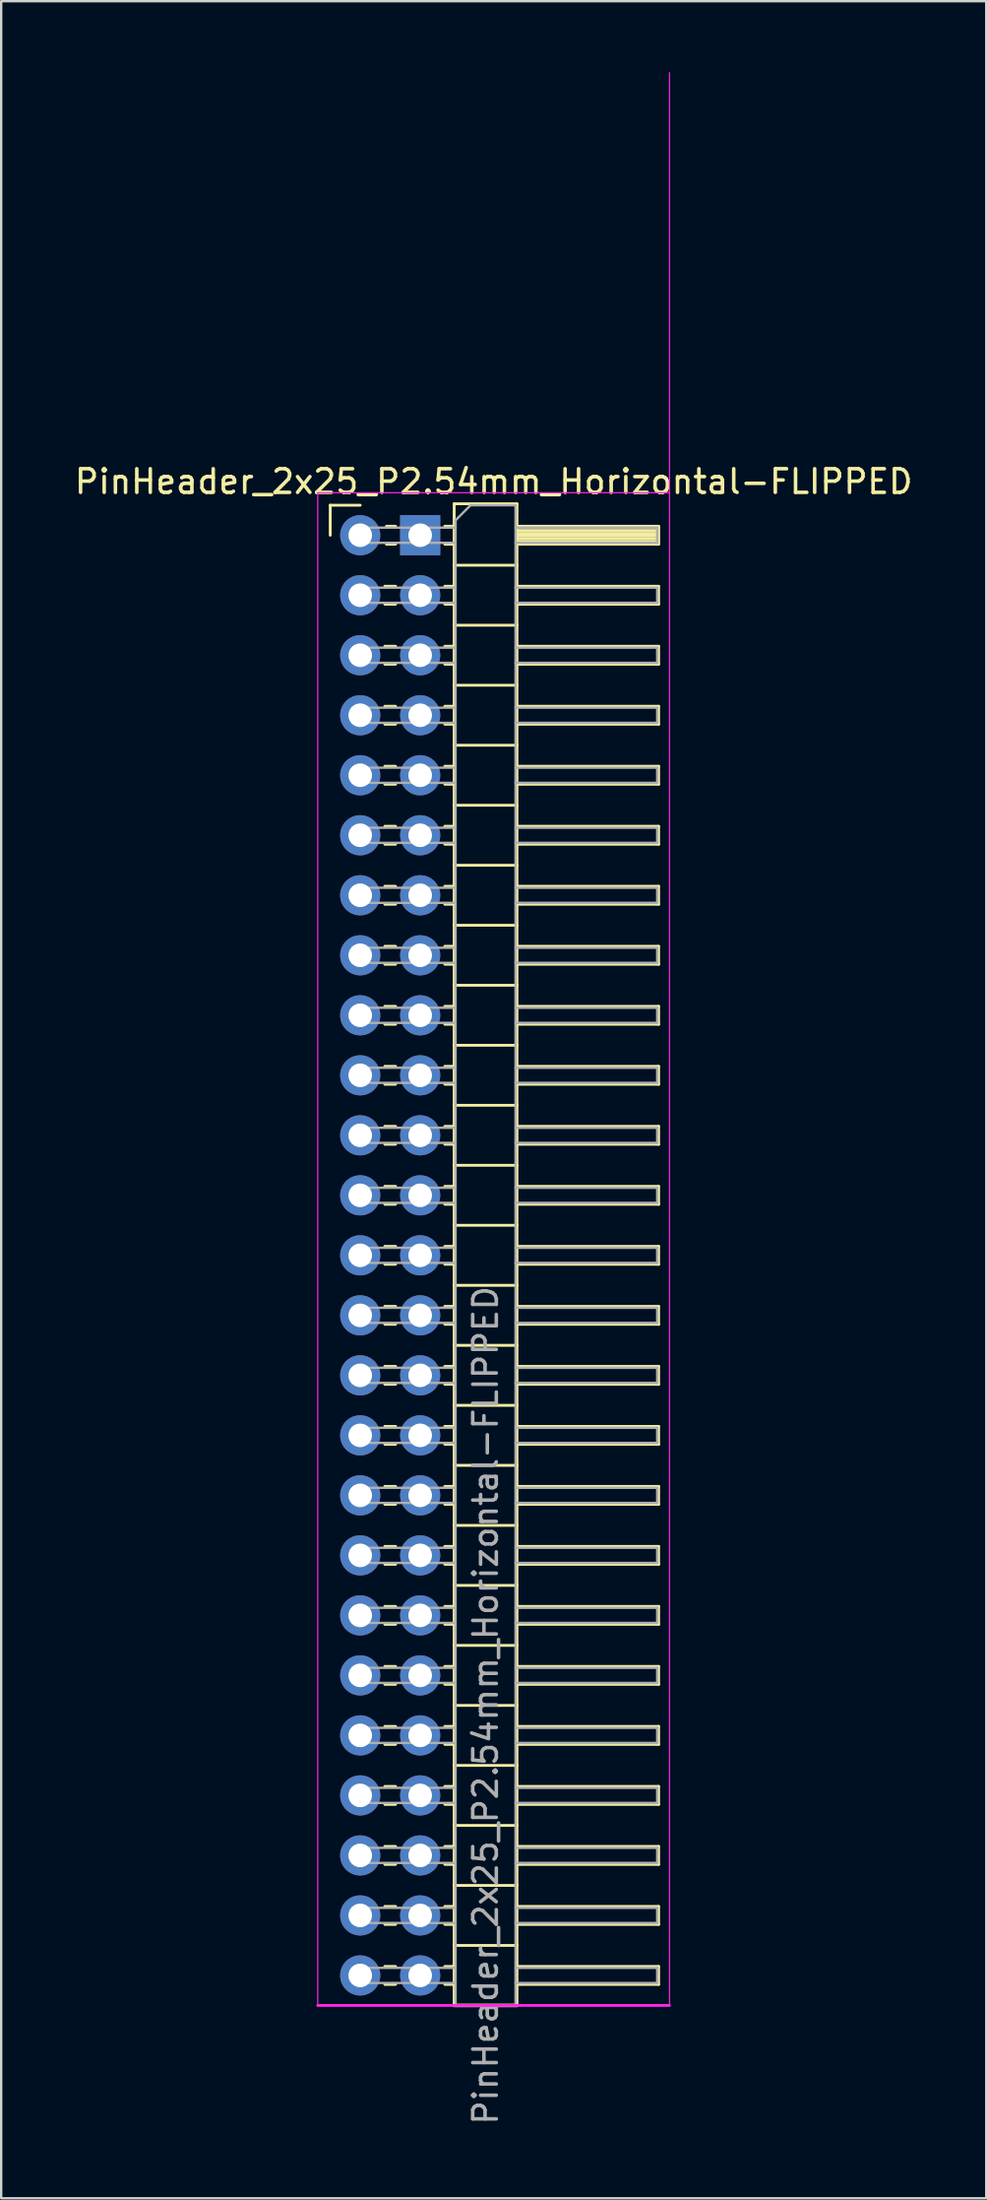
<source format=kicad_pcb>
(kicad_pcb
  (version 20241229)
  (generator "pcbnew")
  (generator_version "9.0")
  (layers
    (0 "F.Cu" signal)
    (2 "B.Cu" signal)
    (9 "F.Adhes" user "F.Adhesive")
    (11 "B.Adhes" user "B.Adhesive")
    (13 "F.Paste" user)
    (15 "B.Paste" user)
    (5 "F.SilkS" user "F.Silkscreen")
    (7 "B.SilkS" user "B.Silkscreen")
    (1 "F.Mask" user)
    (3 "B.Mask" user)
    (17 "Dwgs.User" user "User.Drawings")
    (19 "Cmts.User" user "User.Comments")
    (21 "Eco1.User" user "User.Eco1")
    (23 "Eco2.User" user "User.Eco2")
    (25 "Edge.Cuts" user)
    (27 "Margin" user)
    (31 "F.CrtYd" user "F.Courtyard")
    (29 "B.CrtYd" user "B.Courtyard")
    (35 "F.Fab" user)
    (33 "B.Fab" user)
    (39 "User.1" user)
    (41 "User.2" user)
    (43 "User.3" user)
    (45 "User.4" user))
  (footprint "PinHeader_2x25_P2.54mm_Horizontal-FLIPPED"
    (layer "F.Cu")
    (at 12.208 19.605)
    (property "Reference" "PinHeader_2x25_P2.54mm_Horizontal-FLIPPED" (at 5.655 -2.27 0) (layer "F.SilkS") (effects (font (size 1 1) (thickness 0.15))))
    (attr through_hole)
    (fp_line (start -1.27 -1.27) (end 0 -1.27) (stroke (width 0.12) (type solid)) (layer "F.SilkS"))
    (fp_line (start -1.27 0) (end -1.27 -1.27) (stroke (width 0.12) (type solid)) (layer "F.SilkS"))
    (fp_line (start 1.043 2.16) (end 1.497 2.16) (stroke (width 0.12) (type solid)) (layer "F.SilkS"))
    (fp_line (start 1.043 2.92) (end 1.497 2.92) (stroke (width 0.12) (type solid)) (layer "F.SilkS"))
    (fp_line (start 1.043 4.7) (end 1.497 4.7) (stroke (width 0.12) (type solid)) (layer "F.SilkS"))
    (fp_line (start 1.043 5.46) (end 1.497 5.46) (stroke (width 0.12) (type solid)) (layer "F.SilkS"))
    (fp_line (start 1.043 7.24) (end 1.497 7.24) (stroke (width 0.12) (type solid)) (layer "F.SilkS"))
    (fp_line (start 1.043 8) (end 1.497 8) (stroke (width 0.12) (type solid)) (layer "F.SilkS"))
    (fp_line (start 1.043 9.78) (end 1.497 9.78) (stroke (width 0.12) (type solid)) (layer "F.SilkS"))
    (fp_line (start 1.043 10.54) (end 1.497 10.54) (stroke (width 0.12) (type solid)) (layer "F.SilkS"))
    (fp_line (start 1.043 12.32) (end 1.497 12.32) (stroke (width 0.12) (type solid)) (layer "F.SilkS"))
    (fp_line (start 1.043 13.08) (end 1.497 13.08) (stroke (width 0.12) (type solid)) (layer "F.SilkS"))
    (fp_line (start 1.043 14.86) (end 1.497 14.86) (stroke (width 0.12) (type solid)) (layer "F.SilkS"))
    (fp_line (start 1.043 15.62) (end 1.497 15.62) (stroke (width 0.12) (type solid)) (layer "F.SilkS"))
    (fp_line (start 1.043 17.4) (end 1.497 17.4) (stroke (width 0.12) (type solid)) (layer "F.SilkS"))
    (fp_line (start 1.043 18.16) (end 1.497 18.16) (stroke (width 0.12) (type solid)) (layer "F.SilkS"))
    (fp_line (start 1.043 19.94) (end 1.497 19.94) (stroke (width 0.12) (type solid)) (layer "F.SilkS"))
    (fp_line (start 1.043 20.7) (end 1.497 20.7) (stroke (width 0.12) (type solid)) (layer "F.SilkS"))
    (fp_line (start 1.043 22.48) (end 1.497 22.48) (stroke (width 0.12) (type solid)) (layer "F.SilkS"))
    (fp_line (start 1.043 23.24) (end 1.497 23.24) (stroke (width 0.12) (type solid)) (layer "F.SilkS"))
    (fp_line (start 1.043 25.02) (end 1.497 25.02) (stroke (width 0.12) (type solid)) (layer "F.SilkS"))
    (fp_line (start 1.043 25.78) (end 1.497 25.78) (stroke (width 0.12) (type solid)) (layer "F.SilkS"))
    (fp_line (start 1.043 27.56) (end 1.497 27.56) (stroke (width 0.12) (type solid)) (layer "F.SilkS"))
    (fp_line (start 1.043 28.32) (end 1.497 28.32) (stroke (width 0.12) (type solid)) (layer "F.SilkS"))
    (fp_line (start 1.043 30.1) (end 1.497 30.1) (stroke (width 0.12) (type solid)) (layer "F.SilkS"))
    (fp_line (start 1.043 30.86) (end 1.497 30.86) (stroke (width 0.12) (type solid)) (layer "F.SilkS"))
    (fp_line (start 1.043 32.64) (end 1.497 32.64) (stroke (width 0.12) (type solid)) (layer "F.SilkS"))
    (fp_line (start 1.043 33.4) (end 1.497 33.4) (stroke (width 0.12) (type solid)) (layer "F.SilkS"))
    (fp_line (start 1.043 35.18) (end 1.497 35.18) (stroke (width 0.12) (type solid)) (layer "F.SilkS"))
    (fp_line (start 1.043 35.94) (end 1.497 35.94) (stroke (width 0.12) (type solid)) (layer "F.SilkS"))
    (fp_line (start 1.043 37.72) (end 1.497 37.72) (stroke (width 0.12) (type solid)) (layer "F.SilkS"))
    (fp_line (start 1.043 38.48) (end 1.497 38.48) (stroke (width 0.12) (type solid)) (layer "F.SilkS"))
    (fp_line (start 1.043 40.26) (end 1.497 40.26) (stroke (width 0.12) (type solid)) (layer "F.SilkS"))
    (fp_line (start 1.043 41.02) (end 1.497 41.02) (stroke (width 0.12) (type solid)) (layer "F.SilkS"))
    (fp_line (start 1.043 42.8) (end 1.497 42.8) (stroke (width 0.12) (type solid)) (layer "F.SilkS"))
    (fp_line (start 1.043 43.56) (end 1.497 43.56) (stroke (width 0.12) (type solid)) (layer "F.SilkS"))
    (fp_line (start 1.043 45.34) (end 1.497 45.34) (stroke (width 0.12) (type solid)) (layer "F.SilkS"))
    (fp_line (start 1.043 46.1) (end 1.497 46.1) (stroke (width 0.12) (type solid)) (layer "F.SilkS"))
    (fp_line (start 1.043 47.88) (end 1.497 47.88) (stroke (width 0.12) (type solid)) (layer "F.SilkS"))
    (fp_line (start 1.043 48.64) (end 1.497 48.64) (stroke (width 0.12) (type solid)) (layer "F.SilkS"))
    (fp_line (start 1.043 50.42) (end 1.497 50.42) (stroke (width 0.12) (type solid)) (layer "F.SilkS"))
    (fp_line (start 1.043 51.18) (end 1.497 51.18) (stroke (width 0.12) (type solid)) (layer "F.SilkS"))
    (fp_line (start 1.043 52.96) (end 1.497 52.96) (stroke (width 0.12) (type solid)) (layer "F.SilkS"))
    (fp_line (start 1.043 53.72) (end 1.497 53.72) (stroke (width 0.12) (type solid)) (layer "F.SilkS"))
    (fp_line (start 1.043 55.5) (end 1.497 55.5) (stroke (width 0.12) (type solid)) (layer "F.SilkS"))
    (fp_line (start 1.043 56.26) (end 1.497 56.26) (stroke (width 0.12) (type solid)) (layer "F.SilkS"))
    (fp_line (start 1.043 58.04) (end 1.497 58.04) (stroke (width 0.12) (type solid)) (layer "F.SilkS"))
    (fp_line (start 1.043 58.8) (end 1.497 58.8) (stroke (width 0.12) (type solid)) (layer "F.SilkS"))
    (fp_line (start 1.043 60.58) (end 1.497 60.58) (stroke (width 0.12) (type solid)) (layer "F.SilkS"))
    (fp_line (start 1.043 61.34) (end 1.497 61.34) (stroke (width 0.12) (type solid)) (layer "F.SilkS"))
    (fp_line (start 1.11 -0.38) (end 1.497 -0.38) (stroke (width 0.12) (type solid)) (layer "F.SilkS"))
    (fp_line (start 1.11 0.38) (end 1.497 0.38) (stroke (width 0.12) (type solid)) (layer "F.SilkS"))
    (fp_line (start 3.583 -0.38) (end 3.98 -0.38) (stroke (width 0.12) (type solid)) (layer "F.SilkS"))
    (fp_line (start 3.583 0.38) (end 3.98 0.38) (stroke (width 0.12) (type solid)) (layer "F.SilkS"))
    (fp_line (start 3.583 2.16) (end 3.98 2.16) (stroke (width 0.12) (type solid)) (layer "F.SilkS"))
    (fp_line (start 3.583 2.92) (end 3.98 2.92) (stroke (width 0.12) (type solid)) (layer "F.SilkS"))
    (fp_line (start 3.583 4.7) (end 3.98 4.7) (stroke (width 0.12) (type solid)) (layer "F.SilkS"))
    (fp_line (start 3.583 5.46) (end 3.98 5.46) (stroke (width 0.12) (type solid)) (layer "F.SilkS"))
    (fp_line (start 3.583 7.24) (end 3.98 7.24) (stroke (width 0.12) (type solid)) (layer "F.SilkS"))
    (fp_line (start 3.583 8) (end 3.98 8) (stroke (width 0.12) (type solid)) (layer "F.SilkS"))
    (fp_line (start 3.583 9.78) (end 3.98 9.78) (stroke (width 0.12) (type solid)) (layer "F.SilkS"))
    (fp_line (start 3.583 10.54) (end 3.98 10.54) (stroke (width 0.12) (type solid)) (layer "F.SilkS"))
    (fp_line (start 3.583 12.32) (end 3.98 12.32) (stroke (width 0.12) (type solid)) (layer "F.SilkS"))
    (fp_line (start 3.583 13.08) (end 3.98 13.08) (stroke (width 0.12) (type solid)) (layer "F.SilkS"))
    (fp_line (start 3.583 14.86) (end 3.98 14.86) (stroke (width 0.12) (type solid)) (layer "F.SilkS"))
    (fp_line (start 3.583 15.62) (end 3.98 15.62) (stroke (width 0.12) (type solid)) (layer "F.SilkS"))
    (fp_line (start 3.583 17.4) (end 3.98 17.4) (stroke (width 0.12) (type solid)) (layer "F.SilkS"))
    (fp_line (start 3.583 18.16) (end 3.98 18.16) (stroke (width 0.12) (type solid)) (layer "F.SilkS"))
    (fp_line (start 3.583 19.94) (end 3.98 19.94) (stroke (width 0.12) (type solid)) (layer "F.SilkS"))
    (fp_line (start 3.583 20.7) (end 3.98 20.7) (stroke (width 0.12) (type solid)) (layer "F.SilkS"))
    (fp_line (start 3.583 22.48) (end 3.98 22.48) (stroke (width 0.12) (type solid)) (layer "F.SilkS"))
    (fp_line (start 3.583 23.24) (end 3.98 23.24) (stroke (width 0.12) (type solid)) (layer "F.SilkS"))
    (fp_line (start 3.583 25.02) (end 3.98 25.02) (stroke (width 0.12) (type solid)) (layer "F.SilkS"))
    (fp_line (start 3.583 25.78) (end 3.98 25.78) (stroke (width 0.12) (type solid)) (layer "F.SilkS"))
    (fp_line (start 3.583 27.56) (end 3.98 27.56) (stroke (width 0.12) (type solid)) (layer "F.SilkS"))
    (fp_line (start 3.583 28.32) (end 3.98 28.32) (stroke (width 0.12) (type solid)) (layer "F.SilkS"))
    (fp_line (start 3.583 30.1) (end 3.98 30.1) (stroke (width 0.12) (type solid)) (layer "F.SilkS"))
    (fp_line (start 3.583 30.86) (end 3.98 30.86) (stroke (width 0.12) (type solid)) (layer "F.SilkS"))
    (fp_line (start 3.583 32.64) (end 3.98 32.64) (stroke (width 0.12) (type solid)) (layer "F.SilkS"))
    (fp_line (start 3.583 33.4) (end 3.98 33.4) (stroke (width 0.12) (type solid)) (layer "F.SilkS"))
    (fp_line (start 3.583 35.18) (end 3.98 35.18) (stroke (width 0.12) (type solid)) (layer "F.SilkS"))
    (fp_line (start 3.583 35.94) (end 3.98 35.94) (stroke (width 0.12) (type solid)) (layer "F.SilkS"))
    (fp_line (start 3.583 37.72) (end 3.98 37.72) (stroke (width 0.12) (type solid)) (layer "F.SilkS"))
    (fp_line (start 3.583 38.48) (end 3.98 38.48) (stroke (width 0.12) (type solid)) (layer "F.SilkS"))
    (fp_line (start 3.583 40.26) (end 3.98 40.26) (stroke (width 0.12) (type solid)) (layer "F.SilkS"))
    (fp_line (start 3.583 41.02) (end 3.98 41.02) (stroke (width 0.12) (type solid)) (layer "F.SilkS"))
    (fp_line (start 3.583 42.8) (end 3.98 42.8) (stroke (width 0.12) (type solid)) (layer "F.SilkS"))
    (fp_line (start 3.583 43.56) (end 3.98 43.56) (stroke (width 0.12) (type solid)) (layer "F.SilkS"))
    (fp_line (start 3.583 45.34) (end 3.98 45.34) (stroke (width 0.12) (type solid)) (layer "F.SilkS"))
    (fp_line (start 3.583 46.1) (end 3.98 46.1) (stroke (width 0.12) (type solid)) (layer "F.SilkS"))
    (fp_line (start 3.583 47.88) (end 3.98 47.88) (stroke (width 0.12) (type solid)) (layer "F.SilkS"))
    (fp_line (start 3.583 48.64) (end 3.98 48.64) (stroke (width 0.12) (type solid)) (layer "F.SilkS"))
    (fp_line (start 3.583 50.42) (end 3.98 50.42) (stroke (width 0.12) (type solid)) (layer "F.SilkS"))
    (fp_line (start 3.583 51.18) (end 3.98 51.18) (stroke (width 0.12) (type solid)) (layer "F.SilkS"))
    (fp_line (start 3.583 52.96) (end 3.98 52.96) (stroke (width 0.12) (type solid)) (layer "F.SilkS"))
    (fp_line (start 3.583 53.72) (end 3.98 53.72) (stroke (width 0.12) (type solid)) (layer "F.SilkS"))
    (fp_line (start 3.583 55.5) (end 3.98 55.5) (stroke (width 0.12) (type solid)) (layer "F.SilkS"))
    (fp_line (start 3.583 56.26) (end 3.98 56.26) (stroke (width 0.12) (type solid)) (layer "F.SilkS"))
    (fp_line (start 3.583 58.04) (end 3.98 58.04) (stroke (width 0.12) (type solid)) (layer "F.SilkS"))
    (fp_line (start 3.583 58.8) (end 3.98 58.8) (stroke (width 0.12) (type solid)) (layer "F.SilkS"))
    (fp_line (start 3.583 60.58) (end 3.98 60.58) (stroke (width 0.12) (type solid)) (layer "F.SilkS"))
    (fp_line (start 3.583 61.34) (end 3.98 61.34) (stroke (width 0.12) (type solid)) (layer "F.SilkS"))
    (fp_line (start 3.98 -1.33) (end 3.98 62.23) (stroke (width 0.12) (type solid)) (layer "F.SilkS"))
    (fp_line (start 3.98 1.27) (end 6.64 1.27) (stroke (width 0.12) (type solid)) (layer "F.SilkS"))
    (fp_line (start 3.98 3.81) (end 6.64 3.81) (stroke (width 0.12) (type solid)) (layer "F.SilkS"))
    (fp_line (start 3.98 6.35) (end 6.64 6.35) (stroke (width 0.12) (type solid)) (layer "F.SilkS"))
    (fp_line (start 3.98 8.89) (end 6.64 8.89) (stroke (width 0.12) (type solid)) (layer "F.SilkS"))
    (fp_line (start 3.98 11.43) (end 6.64 11.43) (stroke (width 0.12) (type solid)) (layer "F.SilkS"))
    (fp_line (start 3.98 13.97) (end 6.64 13.97) (stroke (width 0.12) (type solid)) (layer "F.SilkS"))
    (fp_line (start 3.98 16.51) (end 6.64 16.51) (stroke (width 0.12) (type solid)) (layer "F.SilkS"))
    (fp_line (start 3.98 19.05) (end 6.64 19.05) (stroke (width 0.12) (type solid)) (layer "F.SilkS"))
    (fp_line (start 3.98 21.59) (end 6.64 21.59) (stroke (width 0.12) (type solid)) (layer "F.SilkS"))
    (fp_line (start 3.98 24.13) (end 6.64 24.13) (stroke (width 0.12) (type solid)) (layer "F.SilkS"))
    (fp_line (start 3.98 26.67) (end 6.64 26.67) (stroke (width 0.12) (type solid)) (layer "F.SilkS"))
    (fp_line (start 3.98 29.21) (end 6.64 29.21) (stroke (width 0.12) (type solid)) (layer "F.SilkS"))
    (fp_line (start 3.98 31.75) (end 6.64 31.75) (stroke (width 0.12) (type solid)) (layer "F.SilkS"))
    (fp_line (start 3.98 34.29) (end 6.64 34.29) (stroke (width 0.12) (type solid)) (layer "F.SilkS"))
    (fp_line (start 3.98 36.83) (end 6.64 36.83) (stroke (width 0.12) (type solid)) (layer "F.SilkS"))
    (fp_line (start 3.98 39.37) (end 6.64 39.37) (stroke (width 0.12) (type solid)) (layer "F.SilkS"))
    (fp_line (start 3.98 41.91) (end 6.64 41.91) (stroke (width 0.12) (type solid)) (layer "F.SilkS"))
    (fp_line (start 3.98 44.45) (end 6.64 44.45) (stroke (width 0.12) (type solid)) (layer "F.SilkS"))
    (fp_line (start 3.98 46.99) (end 6.64 46.99) (stroke (width 0.12) (type solid)) (layer "F.SilkS"))
    (fp_line (start 3.98 49.53) (end 6.64 49.53) (stroke (width 0.12) (type solid)) (layer "F.SilkS"))
    (fp_line (start 3.98 52.07) (end 6.64 52.07) (stroke (width 0.12) (type solid)) (layer "F.SilkS"))
    (fp_line (start 3.98 54.61) (end 6.64 54.61) (stroke (width 0.12) (type solid)) (layer "F.SilkS"))
    (fp_line (start 3.98 57.15) (end 6.64 57.15) (stroke (width 0.12) (type solid)) (layer "F.SilkS"))
    (fp_line (start 3.98 59.69) (end 6.64 59.69) (stroke (width 0.12) (type solid)) (layer "F.SilkS"))
    (fp_line (start 3.98 62.23) (end 6.64 62.23) (stroke (width 0.15) (type solid)) (layer "F.SilkS"))
    (fp_line (start 6.64 -1.33) (end 3.98 -1.33) (stroke (width 0.12) (type solid)) (layer "F.SilkS"))
    (fp_line (start 6.64 -0.38) (end 12.64 -0.38) (stroke (width 0.12) (type solid)) (layer "F.SilkS"))
    (fp_line (start 6.64 -0.32) (end 12.64 -0.32) (stroke (width 0.12) (type solid)) (layer "F.SilkS"))
    (fp_line (start 6.64 -0.2) (end 12.64 -0.2) (stroke (width 0.12) (type solid)) (layer "F.SilkS"))
    (fp_line (start 6.64 -0.08) (end 12.64 -0.08) (stroke (width 0.12) (type solid)) (layer "F.SilkS"))
    (fp_line (start 6.64 0.04) (end 12.64 0.04) (stroke (width 0.12) (type solid)) (layer "F.SilkS"))
    (fp_line (start 6.64 0.16) (end 12.64 0.16) (stroke (width 0.12) (type solid)) (layer "F.SilkS"))
    (fp_line (start 6.64 0.28) (end 12.64 0.28) (stroke (width 0.12) (type solid)) (layer "F.SilkS"))
    (fp_line (start 6.64 2.16) (end 12.64 2.16) (stroke (width 0.12) (type solid)) (layer "F.SilkS"))
    (fp_line (start 6.64 4.7) (end 12.64 4.7) (stroke (width 0.12) (type solid)) (layer "F.SilkS"))
    (fp_line (start 6.64 7.24) (end 12.64 7.24) (stroke (width 0.12) (type solid)) (layer "F.SilkS"))
    (fp_line (start 6.64 9.78) (end 12.64 9.78) (stroke (width 0.12) (type solid)) (layer "F.SilkS"))
    (fp_line (start 6.64 12.32) (end 12.64 12.32) (stroke (width 0.12) (type solid)) (layer "F.SilkS"))
    (fp_line (start 6.64 14.86) (end 12.64 14.86) (stroke (width 0.12) (type solid)) (layer "F.SilkS"))
    (fp_line (start 6.64 17.4) (end 12.64 17.4) (stroke (width 0.12) (type solid)) (layer "F.SilkS"))
    (fp_line (start 6.64 19.94) (end 12.64 19.94) (stroke (width 0.12) (type solid)) (layer "F.SilkS"))
    (fp_line (start 6.64 22.48) (end 12.64 22.48) (stroke (width 0.12) (type solid)) (layer "F.SilkS"))
    (fp_line (start 6.64 25.02) (end 12.64 25.02) (stroke (width 0.12) (type solid)) (layer "F.SilkS"))
    (fp_line (start 6.64 27.56) (end 12.64 27.56) (stroke (width 0.12) (type solid)) (layer "F.SilkS"))
    (fp_line (start 6.64 30.1) (end 12.64 30.1) (stroke (width 0.12) (type solid)) (layer "F.SilkS"))
    (fp_line (start 6.64 32.64) (end 12.64 32.64) (stroke (width 0.12) (type solid)) (layer "F.SilkS"))
    (fp_line (start 6.64 35.18) (end 12.64 35.18) (stroke (width 0.12) (type solid)) (layer "F.SilkS"))
    (fp_line (start 6.64 37.72) (end 12.64 37.72) (stroke (width 0.12) (type solid)) (layer "F.SilkS"))
    (fp_line (start 6.64 40.26) (end 12.64 40.26) (stroke (width 0.12) (type solid)) (layer "F.SilkS"))
    (fp_line (start 6.64 42.8) (end 12.64 42.8) (stroke (width 0.12) (type solid)) (layer "F.SilkS"))
    (fp_line (start 6.64 45.34) (end 12.64 45.34) (stroke (width 0.12) (type solid)) (layer "F.SilkS"))
    (fp_line (start 6.64 47.88) (end 12.64 47.88) (stroke (width 0.12) (type solid)) (layer "F.SilkS"))
    (fp_line (start 6.64 50.42) (end 12.64 50.42) (stroke (width 0.12) (type solid)) (layer "F.SilkS"))
    (fp_line (start 6.64 52.96) (end 12.64 52.96) (stroke (width 0.12) (type solid)) (layer "F.SilkS"))
    (fp_line (start 6.64 55.5) (end 12.64 55.5) (stroke (width 0.12) (type solid)) (layer "F.SilkS"))
    (fp_line (start 6.64 58.04) (end 12.64 58.04) (stroke (width 0.12) (type solid)) (layer "F.SilkS"))
    (fp_line (start 6.64 60.58) (end 12.64 60.58) (stroke (width 0.12) (type solid)) (layer "F.SilkS"))
    (fp_line (start 6.64 62.23) (end 6.64 -1.33) (stroke (width 0.12) (type solid)) (layer "F.SilkS"))
    (fp_line (start 12.64 -0.38) (end 12.64 0.38) (stroke (width 0.12) (type solid)) (layer "F.SilkS"))
    (fp_line (start 12.64 0.38) (end 6.64 0.38) (stroke (width 0.12) (type solid)) (layer "F.SilkS"))
    (fp_line (start 12.64 2.16) (end 12.64 2.92) (stroke (width 0.12) (type solid)) (layer "F.SilkS"))
    (fp_line (start 12.64 2.92) (end 6.64 2.92) (stroke (width 0.12) (type solid)) (layer "F.SilkS"))
    (fp_line (start 12.64 4.7) (end 12.64 5.46) (stroke (width 0.12) (type solid)) (layer "F.SilkS"))
    (fp_line (start 12.64 5.46) (end 6.64 5.46) (stroke (width 0.12) (type solid)) (layer "F.SilkS"))
    (fp_line (start 12.64 7.24) (end 12.64 8) (stroke (width 0.12) (type solid)) (layer "F.SilkS"))
    (fp_line (start 12.64 8) (end 6.64 8) (stroke (width 0.12) (type solid)) (layer "F.SilkS"))
    (fp_line (start 12.64 9.78) (end 12.64 10.54) (stroke (width 0.12) (type solid)) (layer "F.SilkS"))
    (fp_line (start 12.64 10.54) (end 6.64 10.54) (stroke (width 0.12) (type solid)) (layer "F.SilkS"))
    (fp_line (start 12.64 12.32) (end 12.64 13.08) (stroke (width 0.12) (type solid)) (layer "F.SilkS"))
    (fp_line (start 12.64 13.08) (end 6.64 13.08) (stroke (width 0.12) (type solid)) (layer "F.SilkS"))
    (fp_line (start 12.64 14.86) (end 12.64 15.62) (stroke (width 0.12) (type solid)) (layer "F.SilkS"))
    (fp_line (start 12.64 15.62) (end 6.64 15.62) (stroke (width 0.12) (type solid)) (layer "F.SilkS"))
    (fp_line (start 12.64 17.4) (end 12.64 18.16) (stroke (width 0.12) (type solid)) (layer "F.SilkS"))
    (fp_line (start 12.64 18.16) (end 6.64 18.16) (stroke (width 0.12) (type solid)) (layer "F.SilkS"))
    (fp_line (start 12.64 19.94) (end 12.64 20.7) (stroke (width 0.12) (type solid)) (layer "F.SilkS"))
    (fp_line (start 12.64 20.7) (end 6.64 20.7) (stroke (width 0.12) (type solid)) (layer "F.SilkS"))
    (fp_line (start 12.64 22.48) (end 12.64 23.24) (stroke (width 0.12) (type solid)) (layer "F.SilkS"))
    (fp_line (start 12.64 23.24) (end 6.64 23.24) (stroke (width 0.12) (type solid)) (layer "F.SilkS"))
    (fp_line (start 12.64 25.02) (end 12.64 25.78) (stroke (width 0.12) (type solid)) (layer "F.SilkS"))
    (fp_line (start 12.64 25.78) (end 6.64 25.78) (stroke (width 0.12) (type solid)) (layer "F.SilkS"))
    (fp_line (start 12.64 27.56) (end 12.64 28.32) (stroke (width 0.12) (type solid)) (layer "F.SilkS"))
    (fp_line (start 12.64 28.32) (end 6.64 28.32) (stroke (width 0.12) (type solid)) (layer "F.SilkS"))
    (fp_line (start 12.64 30.1) (end 12.64 30.86) (stroke (width 0.12) (type solid)) (layer "F.SilkS"))
    (fp_line (start 12.64 30.86) (end 6.64 30.86) (stroke (width 0.12) (type solid)) (layer "F.SilkS"))
    (fp_line (start 12.64 32.64) (end 12.64 33.4) (stroke (width 0.12) (type solid)) (layer "F.SilkS"))
    (fp_line (start 12.64 33.4) (end 6.64 33.4) (stroke (width 0.12) (type solid)) (layer "F.SilkS"))
    (fp_line (start 12.64 35.18) (end 12.64 35.94) (stroke (width 0.12) (type solid)) (layer "F.SilkS"))
    (fp_line (start 12.64 35.94) (end 6.64 35.94) (stroke (width 0.12) (type solid)) (layer "F.SilkS"))
    (fp_line (start 12.64 37.72) (end 12.64 38.48) (stroke (width 0.12) (type solid)) (layer "F.SilkS"))
    (fp_line (start 12.64 38.48) (end 6.64 38.48) (stroke (width 0.12) (type solid)) (layer "F.SilkS"))
    (fp_line (start 12.64 40.26) (end 12.64 41.02) (stroke (width 0.12) (type solid)) (layer "F.SilkS"))
    (fp_line (start 12.64 41.02) (end 6.64 41.02) (stroke (width 0.12) (type solid)) (layer "F.SilkS"))
    (fp_line (start 12.64 42.8) (end 12.64 43.56) (stroke (width 0.12) (type solid)) (layer "F.SilkS"))
    (fp_line (start 12.64 43.56) (end 6.64 43.56) (stroke (width 0.12) (type solid)) (layer "F.SilkS"))
    (fp_line (start 12.64 45.34) (end 12.64 46.1) (stroke (width 0.12) (type solid)) (layer "F.SilkS"))
    (fp_line (start 12.64 46.1) (end 6.64 46.1) (stroke (width 0.12) (type solid)) (layer "F.SilkS"))
    (fp_line (start 12.64 47.88) (end 12.64 48.64) (stroke (width 0.12) (type solid)) (layer "F.SilkS"))
    (fp_line (start 12.64 48.64) (end 6.64 48.64) (stroke (width 0.12) (type solid)) (layer "F.SilkS"))
    (fp_line (start 12.64 50.42) (end 12.64 51.18) (stroke (width 0.12) (type solid)) (layer "F.SilkS"))
    (fp_line (start 12.64 51.18) (end 6.64 51.18) (stroke (width 0.12) (type solid)) (layer "F.SilkS"))
    (fp_line (start 12.64 52.96) (end 12.64 53.72) (stroke (width 0.12) (type solid)) (layer "F.SilkS"))
    (fp_line (start 12.64 53.72) (end 6.64 53.72) (stroke (width 0.12) (type solid)) (layer "F.SilkS"))
    (fp_line (start 12.64 55.5) (end 12.64 56.26) (stroke (width 0.12) (type solid)) (layer "F.SilkS"))
    (fp_line (start 12.64 56.26) (end 6.64 56.26) (stroke (width 0.12) (type solid)) (layer "F.SilkS"))
    (fp_line (start 12.64 58.04) (end 12.64 58.8) (stroke (width 0.12) (type solid)) (layer "F.SilkS"))
    (fp_line (start 12.64 58.8) (end 6.64 58.8) (stroke (width 0.12) (type solid)) (layer "F.SilkS"))
    (fp_line (start 12.64 60.58) (end 12.64 61.34) (stroke (width 0.12) (type solid)) (layer "F.SilkS"))
    (fp_line (start 12.64 61.34) (end 6.64 61.34) (stroke (width 0.12) (type solid)) (layer "F.SilkS"))
    (fp_line (start -1.8 -1.8) (end -1.8 62.23) (stroke (width 0.05) (type solid)) (layer "F.CrtYd"))
    (fp_line (start 13.1 -1.8) (end -1.8 -1.8) (stroke (width 0.05) (type solid)) (layer "F.CrtYd"))
    (fp_line (start 13.1 62.23) (end -1.8 62.23) (stroke (width 0.12) (type solid)) (layer "F.CrtYd"))
    (fp_line (start 13.1 62.23) (end 13.1 -19.58) (stroke (width 0.05) (type solid)) (layer "F.CrtYd"))
    (fp_line (start -0.32 -0.32) (end 4.04 -0.32) (stroke (width 0.1) (type solid)) (layer "F.Fab"))
    (fp_line (start -0.32 0.32) (end 4.04 0.32) (stroke (width 0.1) (type solid)) (layer "F.Fab"))
    (fp_line (start -0.32 2.22) (end 4.04 2.22) (stroke (width 0.1) (type solid)) (layer "F.Fab"))
    (fp_line (start -0.32 2.86) (end 4.04 2.86) (stroke (width 0.1) (type solid)) (layer "F.Fab"))
    (fp_line (start -0.32 4.76) (end 4.04 4.76) (stroke (width 0.1) (type solid)) (layer "F.Fab"))
    (fp_line (start -0.32 5.4) (end 4.04 5.4) (stroke (width 0.1) (type solid)) (layer "F.Fab"))
    (fp_line (start -0.32 7.3) (end 4.04 7.3) (stroke (width 0.1) (type solid)) (layer "F.Fab"))
    (fp_line (start -0.32 7.94) (end 4.04 7.94) (stroke (width 0.1) (type solid)) (layer "F.Fab"))
    (fp_line (start -0.32 9.84) (end 4.04 9.84) (stroke (width 0.1) (type solid)) (layer "F.Fab"))
    (fp_line (start -0.32 10.48) (end 4.04 10.48) (stroke (width 0.1) (type solid)) (layer "F.Fab"))
    (fp_line (start -0.32 12.38) (end 4.04 12.38) (stroke (width 0.1) (type solid)) (layer "F.Fab"))
    (fp_line (start -0.32 13.02) (end 4.04 13.02) (stroke (width 0.1) (type solid)) (layer "F.Fab"))
    (fp_line (start -0.32 14.92) (end 4.04 14.92) (stroke (width 0.1) (type solid)) (layer "F.Fab"))
    (fp_line (start -0.32 15.56) (end 4.04 15.56) (stroke (width 0.1) (type solid)) (layer "F.Fab"))
    (fp_line (start -0.32 17.46) (end 4.04 17.46) (stroke (width 0.1) (type solid)) (layer "F.Fab"))
    (fp_line (start -0.32 18.1) (end 4.04 18.1) (stroke (width 0.1) (type solid)) (layer "F.Fab"))
    (fp_line (start -0.32 20) (end 4.04 20) (stroke (width 0.1) (type solid)) (layer "F.Fab"))
    (fp_line (start -0.32 20.64) (end 4.04 20.64) (stroke (width 0.1) (type solid)) (layer "F.Fab"))
    (fp_line (start -0.32 22.54) (end 4.04 22.54) (stroke (width 0.1) (type solid)) (layer "F.Fab"))
    (fp_line (start -0.32 23.18) (end 4.04 23.18) (stroke (width 0.1) (type solid)) (layer "F.Fab"))
    (fp_line (start -0.32 25.08) (end 4.04 25.08) (stroke (width 0.1) (type solid)) (layer "F.Fab"))
    (fp_line (start -0.32 25.72) (end 4.04 25.72) (stroke (width 0.1) (type solid)) (layer "F.Fab"))
    (fp_line (start -0.32 27.62) (end 4.04 27.62) (stroke (width 0.1) (type solid)) (layer "F.Fab"))
    (fp_line (start -0.32 28.26) (end 4.04 28.26) (stroke (width 0.1) (type solid)) (layer "F.Fab"))
    (fp_line (start -0.32 30.16) (end 4.04 30.16) (stroke (width 0.1) (type solid)) (layer "F.Fab"))
    (fp_line (start -0.32 30.8) (end 4.04 30.8) (stroke (width 0.1) (type solid)) (layer "F.Fab"))
    (fp_line (start -0.32 32.7) (end 4.04 32.7) (stroke (width 0.1) (type solid)) (layer "F.Fab"))
    (fp_line (start -0.32 33.34) (end 4.04 33.34) (stroke (width 0.1) (type solid)) (layer "F.Fab"))
    (fp_line (start -0.32 35.24) (end 4.04 35.24) (stroke (width 0.1) (type solid)) (layer "F.Fab"))
    (fp_line (start -0.32 35.88) (end 4.04 35.88) (stroke (width 0.1) (type solid)) (layer "F.Fab"))
    (fp_line (start -0.32 37.78) (end 4.04 37.78) (stroke (width 0.1) (type solid)) (layer "F.Fab"))
    (fp_line (start -0.32 38.42) (end 4.04 38.42) (stroke (width 0.1) (type solid)) (layer "F.Fab"))
    (fp_line (start -0.32 40.32) (end 4.04 40.32) (stroke (width 0.1) (type solid)) (layer "F.Fab"))
    (fp_line (start -0.32 40.96) (end 4.04 40.96) (stroke (width 0.1) (type solid)) (layer "F.Fab"))
    (fp_line (start -0.32 42.86) (end 4.04 42.86) (stroke (width 0.1) (type solid)) (layer "F.Fab"))
    (fp_line (start -0.32 43.5) (end 4.04 43.5) (stroke (width 0.1) (type solid)) (layer "F.Fab"))
    (fp_line (start -0.32 45.4) (end 4.04 45.4) (stroke (width 0.1) (type solid)) (layer "F.Fab"))
    (fp_line (start -0.32 46.04) (end 4.04 46.04) (stroke (width 0.1) (type solid)) (layer "F.Fab"))
    (fp_line (start -0.32 47.94) (end 4.04 47.94) (stroke (width 0.1) (type solid)) (layer "F.Fab"))
    (fp_line (start -0.32 48.58) (end 4.04 48.58) (stroke (width 0.1) (type solid)) (layer "F.Fab"))
    (fp_line (start -0.32 50.48) (end 4.04 50.48) (stroke (width 0.1) (type solid)) (layer "F.Fab"))
    (fp_line (start -0.32 51.12) (end 4.04 51.12) (stroke (width 0.1) (type solid)) (layer "F.Fab"))
    (fp_line (start -0.32 53.02) (end 4.04 53.02) (stroke (width 0.1) (type solid)) (layer "F.Fab"))
    (fp_line (start -0.32 53.66) (end 4.04 53.66) (stroke (width 0.1) (type solid)) (layer "F.Fab"))
    (fp_line (start -0.32 55.56) (end 4.04 55.56) (stroke (width 0.1) (type solid)) (layer "F.Fab"))
    (fp_line (start -0.32 56.2) (end 4.04 56.2) (stroke (width 0.1) (type solid)) (layer "F.Fab"))
    (fp_line (start -0.32 58.1) (end 4.04 58.1) (stroke (width 0.1) (type solid)) (layer "F.Fab"))
    (fp_line (start -0.32 58.74) (end 4.04 58.74) (stroke (width 0.1) (type solid)) (layer "F.Fab"))
    (fp_line (start -0.32 60.64) (end 4.04 60.64) (stroke (width 0.1) (type solid)) (layer "F.Fab"))
    (fp_line (start -0.32 61.28) (end 4.04 61.28) (stroke (width 0.1) (type solid)) (layer "F.Fab"))
    (fp_line (start 2.22 -0.32) (end 2.22 0.32) (stroke (width 0.1) (type solid)) (layer "F.Fab"))
    (fp_line (start 2.22 2.22) (end 2.22 2.86) (stroke (width 0.1) (type solid)) (layer "F.Fab"))
    (fp_line (start 2.22 4.76) (end 2.22 5.4) (stroke (width 0.1) (type solid)) (layer "F.Fab"))
    (fp_line (start 2.22 7.3) (end 2.22 7.94) (stroke (width 0.1) (type solid)) (layer "F.Fab"))
    (fp_line (start 2.22 9.84) (end 2.22 10.48) (stroke (width 0.1) (type solid)) (layer "F.Fab"))
    (fp_line (start 2.22 12.38) (end 2.22 13.02) (stroke (width 0.1) (type solid)) (layer "F.Fab"))
    (fp_line (start 2.22 14.92) (end 2.22 15.56) (stroke (width 0.1) (type solid)) (layer "F.Fab"))
    (fp_line (start 2.22 17.46) (end 2.22 18.1) (stroke (width 0.1) (type solid)) (layer "F.Fab"))
    (fp_line (start 2.22 20) (end 2.22 20.64) (stroke (width 0.1) (type solid)) (layer "F.Fab"))
    (fp_line (start 2.22 22.54) (end 2.22 23.18) (stroke (width 0.1) (type solid)) (layer "F.Fab"))
    (fp_line (start 2.22 25.08) (end 2.22 25.72) (stroke (width 0.1) (type solid)) (layer "F.Fab"))
    (fp_line (start 2.22 27.62) (end 2.22 28.26) (stroke (width 0.1) (type solid)) (layer "F.Fab"))
    (fp_line (start 2.22 30.16) (end 2.22 30.8) (stroke (width 0.1) (type solid)) (layer "F.Fab"))
    (fp_line (start 2.22 32.7) (end 2.22 33.34) (stroke (width 0.1) (type solid)) (layer "F.Fab"))
    (fp_line (start 2.22 35.24) (end 2.22 35.88) (stroke (width 0.1) (type solid)) (layer "F.Fab"))
    (fp_line (start 2.22 37.78) (end 2.22 38.42) (stroke (width 0.1) (type solid)) (layer "F.Fab"))
    (fp_line (start 2.22 40.32) (end 2.22 40.96) (stroke (width 0.1) (type solid)) (layer "F.Fab"))
    (fp_line (start 2.22 42.86) (end 2.22 43.5) (stroke (width 0.1) (type solid)) (layer "F.Fab"))
    (fp_line (start 2.22 45.4) (end 2.22 46.04) (stroke (width 0.1) (type solid)) (layer "F.Fab"))
    (fp_line (start 2.22 47.94) (end 2.22 48.58) (stroke (width 0.1) (type solid)) (layer "F.Fab"))
    (fp_line (start 2.22 50.48) (end 2.22 51.12) (stroke (width 0.1) (type solid)) (layer "F.Fab"))
    (fp_line (start 2.22 53.02) (end 2.22 53.66) (stroke (width 0.1) (type solid)) (layer "F.Fab"))
    (fp_line (start 2.22 55.56) (end 2.22 56.2) (stroke (width 0.1) (type solid)) (layer "F.Fab"))
    (fp_line (start 2.22 58.1) (end 2.22 58.74) (stroke (width 0.1) (type solid)) (layer "F.Fab"))
    (fp_line (start 2.22 60.64) (end 2.22 61.28) (stroke (width 0.1) (type solid)) (layer "F.Fab"))
    (fp_line (start 4.04 -0.635) (end 4.675 -1.27) (stroke (width 0.1) (type solid)) (layer "F.Fab"))
    (fp_line (start 4.04 62.23) (end 4.04 -0.635) (stroke (width 0.1) (type solid)) (layer "F.Fab"))
    (fp_line (start 4.675 -1.27) (end 6.58 -1.27) (stroke (width 0.1) (type solid)) (layer "F.Fab"))
    (fp_line (start 6.58 -1.27) (end 6.58 62.23) (stroke (width 0.1) (type solid)) (layer "F.Fab"))
    (fp_line (start 6.58 -0.32) (end 12.58 -0.32) (stroke (width 0.1) (type solid)) (layer "F.Fab"))
    (fp_line (start 6.58 0.32) (end 12.58 0.32) (stroke (width 0.1) (type solid)) (layer "F.Fab"))
    (fp_line (start 6.58 2.22) (end 12.58 2.22) (stroke (width 0.1) (type solid)) (layer "F.Fab"))
    (fp_line (start 6.58 2.86) (end 12.58 2.86) (stroke (width 0.1) (type solid)) (layer "F.Fab"))
    (fp_line (start 6.58 4.76) (end 12.58 4.76) (stroke (width 0.1) (type solid)) (layer "F.Fab"))
    (fp_line (start 6.58 5.4) (end 12.58 5.4) (stroke (width 0.1) (type solid)) (layer "F.Fab"))
    (fp_line (start 6.58 7.3) (end 12.58 7.3) (stroke (width 0.1) (type solid)) (layer "F.Fab"))
    (fp_line (start 6.58 7.94) (end 12.58 7.94) (stroke (width 0.1) (type solid)) (layer "F.Fab"))
    (fp_line (start 6.58 9.84) (end 12.58 9.84) (stroke (width 0.1) (type solid)) (layer "F.Fab"))
    (fp_line (start 6.58 10.48) (end 12.58 10.48) (stroke (width 0.1) (type solid)) (layer "F.Fab"))
    (fp_line (start 6.58 12.38) (end 12.58 12.38) (stroke (width 0.1) (type solid)) (layer "F.Fab"))
    (fp_line (start 6.58 13.02) (end 12.58 13.02) (stroke (width 0.1) (type solid)) (layer "F.Fab"))
    (fp_line (start 6.58 14.92) (end 12.58 14.92) (stroke (width 0.1) (type solid)) (layer "F.Fab"))
    (fp_line (start 6.58 15.56) (end 12.58 15.56) (stroke (width 0.1) (type solid)) (layer "F.Fab"))
    (fp_line (start 6.58 17.46) (end 12.58 17.46) (stroke (width 0.1) (type solid)) (layer "F.Fab"))
    (fp_line (start 6.58 18.1) (end 12.58 18.1) (stroke (width 0.1) (type solid)) (layer "F.Fab"))
    (fp_line (start 6.58 20) (end 12.58 20) (stroke (width 0.1) (type solid)) (layer "F.Fab"))
    (fp_line (start 6.58 20.64) (end 12.58 20.64) (stroke (width 0.1) (type solid)) (layer "F.Fab"))
    (fp_line (start 6.58 22.54) (end 12.58 22.54) (stroke (width 0.1) (type solid)) (layer "F.Fab"))
    (fp_line (start 6.58 23.18) (end 12.58 23.18) (stroke (width 0.1) (type solid)) (layer "F.Fab"))
    (fp_line (start 6.58 25.08) (end 12.58 25.08) (stroke (width 0.1) (type solid)) (layer "F.Fab"))
    (fp_line (start 6.58 25.72) (end 12.58 25.72) (stroke (width 0.1) (type solid)) (layer "F.Fab"))
    (fp_line (start 6.58 27.62) (end 12.58 27.62) (stroke (width 0.1) (type solid)) (layer "F.Fab"))
    (fp_line (start 6.58 28.26) (end 12.58 28.26) (stroke (width 0.1) (type solid)) (layer "F.Fab"))
    (fp_line (start 6.58 30.16) (end 12.58 30.16) (stroke (width 0.1) (type solid)) (layer "F.Fab"))
    (fp_line (start 6.58 30.8) (end 12.58 30.8) (stroke (width 0.1) (type solid)) (layer "F.Fab"))
    (fp_line (start 6.58 32.7) (end 12.58 32.7) (stroke (width 0.1) (type solid)) (layer "F.Fab"))
    (fp_line (start 6.58 33.34) (end 12.58 33.34) (stroke (width 0.1) (type solid)) (layer "F.Fab"))
    (fp_line (start 6.58 35.24) (end 12.58 35.24) (stroke (width 0.1) (type solid)) (layer "F.Fab"))
    (fp_line (start 6.58 35.88) (end 12.58 35.88) (stroke (width 0.1) (type solid)) (layer "F.Fab"))
    (fp_line (start 6.58 37.78) (end 12.58 37.78) (stroke (width 0.1) (type solid)) (layer "F.Fab"))
    (fp_line (start 6.58 38.42) (end 12.58 38.42) (stroke (width 0.1) (type solid)) (layer "F.Fab"))
    (fp_line (start 6.58 40.32) (end 12.58 40.32) (stroke (width 0.1) (type solid)) (layer "F.Fab"))
    (fp_line (start 6.58 40.96) (end 12.58 40.96) (stroke (width 0.1) (type solid)) (layer "F.Fab"))
    (fp_line (start 6.58 42.86) (end 12.58 42.86) (stroke (width 0.1) (type solid)) (layer "F.Fab"))
    (fp_line (start 6.58 43.5) (end 12.58 43.5) (stroke (width 0.1) (type solid)) (layer "F.Fab"))
    (fp_line (start 6.58 45.4) (end 12.58 45.4) (stroke (width 0.1) (type solid)) (layer "F.Fab"))
    (fp_line (start 6.58 46.04) (end 12.58 46.04) (stroke (width 0.1) (type solid)) (layer "F.Fab"))
    (fp_line (start 6.58 47.94) (end 12.58 47.94) (stroke (width 0.1) (type solid)) (layer "F.Fab"))
    (fp_line (start 6.58 48.58) (end 12.58 48.58) (stroke (width 0.1) (type solid)) (layer "F.Fab"))
    (fp_line (start 6.58 50.48) (end 12.58 50.48) (stroke (width 0.1) (type solid)) (layer "F.Fab"))
    (fp_line (start 6.58 51.12) (end 12.58 51.12) (stroke (width 0.1) (type solid)) (layer "F.Fab"))
    (fp_line (start 6.58 53.02) (end 12.58 53.02) (stroke (width 0.1) (type solid)) (layer "F.Fab"))
    (fp_line (start 6.58 53.66) (end 12.58 53.66) (stroke (width 0.1) (type solid)) (layer "F.Fab"))
    (fp_line (start 6.58 55.56) (end 12.58 55.56) (stroke (width 0.1) (type solid)) (layer "F.Fab"))
    (fp_line (start 6.58 56.2) (end 12.58 56.2) (stroke (width 0.1) (type solid)) (layer "F.Fab"))
    (fp_line (start 6.58 58.1) (end 12.58 58.1) (stroke (width 0.1) (type solid)) (layer "F.Fab"))
    (fp_line (start 6.58 58.74) (end 12.58 58.74) (stroke (width 0.1) (type solid)) (layer "F.Fab"))
    (fp_line (start 6.58 60.64) (end 12.58 60.64) (stroke (width 0.1) (type solid)) (layer "F.Fab"))
    (fp_line (start 6.58 61.28) (end 12.58 61.28) (stroke (width 0.1) (type solid)) (layer "F.Fab"))
    (fp_line (start 12.58 -0.32) (end 12.58 0.32) (stroke (width 0.1) (type solid)) (layer "F.Fab"))
    (fp_line (start 12.58 2.22) (end 12.58 2.86) (stroke (width 0.1) (type solid)) (layer "F.Fab"))
    (fp_line (start 12.58 4.76) (end 12.58 5.4) (stroke (width 0.1) (type solid)) (layer "F.Fab"))
    (fp_line (start 12.58 7.3) (end 12.58 7.94) (stroke (width 0.1) (type solid)) (layer "F.Fab"))
    (fp_line (start 12.58 9.84) (end 12.58 10.48) (stroke (width 0.1) (type solid)) (layer "F.Fab"))
    (fp_line (start 12.58 12.38) (end 12.58 13.02) (stroke (width 0.1) (type solid)) (layer "F.Fab"))
    (fp_line (start 12.58 14.92) (end 12.58 15.56) (stroke (width 0.1) (type solid)) (layer "F.Fab"))
    (fp_line (start 12.58 17.46) (end 12.58 18.1) (stroke (width 0.1) (type solid)) (layer "F.Fab"))
    (fp_line (start 12.58 20) (end 12.58 20.64) (stroke (width 0.1) (type solid)) (layer "F.Fab"))
    (fp_line (start 12.58 22.54) (end 12.58 23.18) (stroke (width 0.1) (type solid)) (layer "F.Fab"))
    (fp_line (start 12.58 25.08) (end 12.58 25.72) (stroke (width 0.1) (type solid)) (layer "F.Fab"))
    (fp_line (start 12.58 27.62) (end 12.58 28.26) (stroke (width 0.1) (type solid)) (layer "F.Fab"))
    (fp_line (start 12.58 30.16) (end 12.58 30.8) (stroke (width 0.1) (type solid)) (layer "F.Fab"))
    (fp_line (start 12.58 32.7) (end 12.58 33.34) (stroke (width 0.1) (type solid)) (layer "F.Fab"))
    (fp_line (start 12.58 35.24) (end 12.58 35.88) (stroke (width 0.1) (type solid)) (layer "F.Fab"))
    (fp_line (start 12.58 37.78) (end 12.58 38.42) (stroke (width 0.1) (type solid)) (layer "F.Fab"))
    (fp_line (start 12.58 40.32) (end 12.58 40.96) (stroke (width 0.1) (type solid)) (layer "F.Fab"))
    (fp_line (start 12.58 42.86) (end 12.58 43.5) (stroke (width 0.1) (type solid)) (layer "F.Fab"))
    (fp_line (start 12.58 45.4) (end 12.58 46.04) (stroke (width 0.1) (type solid)) (layer "F.Fab"))
    (fp_line (start 12.58 47.94) (end 12.58 48.58) (stroke (width 0.1) (type solid)) (layer "F.Fab"))
    (fp_line (start 12.58 50.48) (end 12.58 51.12) (stroke (width 0.1) (type solid)) (layer "F.Fab"))
    (fp_line (start 12.58 53.02) (end 12.58 53.66) (stroke (width 0.1) (type solid)) (layer "F.Fab"))
    (fp_line (start 12.58 55.56) (end 12.58 56.2) (stroke (width 0.1) (type solid)) (layer "F.Fab"))
    (fp_line (start 12.58 58.1) (end 12.58 58.74) (stroke (width 0.1) (type solid)) (layer "F.Fab"))
    (fp_line (start 12.58 60.64) (end 12.58 61.28) (stroke (width 0.1) (type solid)) (layer "F.Fab"))
    (fp_text user "${REFERENCE}" (at 5.31 49.53 90) (layer "F.Fab") (effects (font (size 1 1) (thickness 0.15))))
    (pad "1" thru_hole rect (at 2.54 0) (size 1.7 1.7) (drill 1) (layers "*.Cu" "*.Mask"))
    (pad "2" thru_hole oval (at 0 0) (size 1.7 1.7) (drill 1) (layers "*.Cu" "*.Mask"))
    (pad "3" thru_hole oval (at 2.54 2.54) (size 1.7 1.7) (drill 1) (layers "*.Cu" "*.Mask"))
    (pad "4" thru_hole oval (at 0 2.54) (size 1.7 1.7) (drill 1) (layers "*.Cu" "*.Mask"))
    (pad "5" thru_hole oval (at 2.54 5.08) (size 1.7 1.7) (drill 1) (layers "*.Cu" "*.Mask"))
    (pad "6" thru_hole oval (at 0 5.08) (size 1.7 1.7) (drill 1) (layers "*.Cu" "*.Mask"))
    (pad "7" thru_hole oval (at 2.54 7.62) (size 1.7 1.7) (drill 1) (layers "*.Cu" "*.Mask"))
    (pad "8" thru_hole oval (at 0 7.62) (size 1.7 1.7) (drill 1) (layers "*.Cu" "*.Mask"))
    (pad "9" thru_hole oval (at 2.54 10.16) (size 1.7 1.7) (drill 1) (layers "*.Cu" "*.Mask"))
    (pad "10" thru_hole oval (at 0 10.16) (size 1.7 1.7) (drill 1) (layers "*.Cu" "*.Mask"))
    (pad "11" thru_hole oval (at 2.54 12.7) (size 1.7 1.7) (drill 1) (layers "*.Cu" "*.Mask"))
    (pad "12" thru_hole oval (at 0 12.7) (size 1.7 1.7) (drill 1) (layers "*.Cu" "*.Mask"))
    (pad "13" thru_hole oval (at 2.54 15.24) (size 1.7 1.7) (drill 1) (layers "*.Cu" "*.Mask"))
    (pad "14" thru_hole oval (at 0 15.24) (size 1.7 1.7) (drill 1) (layers "*.Cu" "*.Mask"))
    (pad "15" thru_hole oval (at 2.54 17.78) (size 1.7 1.7) (drill 1) (layers "*.Cu" "*.Mask"))
    (pad "16" thru_hole oval (at 0 17.78) (size 1.7 1.7) (drill 1) (layers "*.Cu" "*.Mask"))
    (pad "17" thru_hole oval (at 2.54 20.32) (size 1.7 1.7) (drill 1) (layers "*.Cu" "*.Mask"))
    (pad "18" thru_hole oval (at 0 20.32) (size 1.7 1.7) (drill 1) (layers "*.Cu" "*.Mask"))
    (pad "19" thru_hole oval (at 2.54 22.86) (size 1.7 1.7) (drill 1) (layers "*.Cu" "*.Mask"))
    (pad "20" thru_hole oval (at 0 22.86) (size 1.7 1.7) (drill 1) (layers "*.Cu" "*.Mask"))
    (pad "21" thru_hole oval (at 2.54 25.4) (size 1.7 1.7) (drill 1) (layers "*.Cu" "*.Mask"))
    (pad "22" thru_hole oval (at 0 25.4) (size 1.7 1.7) (drill 1) (layers "*.Cu" "*.Mask"))
    (pad "23" thru_hole oval (at 2.54 27.94) (size 1.7 1.7) (drill 1) (layers "*.Cu" "*.Mask"))
    (pad "24" thru_hole oval (at 0 27.94) (size 1.7 1.7) (drill 1) (layers "*.Cu" "*.Mask"))
    (pad "25" thru_hole oval (at 2.54 30.48) (size 1.7 1.7) (drill 1) (layers "*.Cu" "*.Mask"))
    (pad "26" thru_hole oval (at 0 30.48) (size 1.7 1.7) (drill 1) (layers "*.Cu" "*.Mask"))
    (pad "27" thru_hole oval (at 2.54 33.02) (size 1.7 1.7) (drill 1) (layers "*.Cu" "*.Mask"))
    (pad "28" thru_hole oval (at 0 33.02) (size 1.7 1.7) (drill 1) (layers "*.Cu" "*.Mask"))
    (pad "29" thru_hole oval (at 2.54 35.56) (size 1.7 1.7) (drill 1) (layers "*.Cu" "*.Mask"))
    (pad "30" thru_hole oval (at 0 35.56) (size 1.7 1.7) (drill 1) (layers "*.Cu" "*.Mask"))
    (pad "31" thru_hole oval (at 2.54 38.1) (size 1.7 1.7) (drill 1) (layers "*.Cu" "*.Mask"))
    (pad "32" thru_hole oval (at 0 38.1) (size 1.7 1.7) (drill 1) (layers "*.Cu" "*.Mask"))
    (pad "33" thru_hole oval (at 2.54 40.64) (size 1.7 1.7) (drill 1) (layers "*.Cu" "*.Mask"))
    (pad "34" thru_hole oval (at 0 40.64) (size 1.7 1.7) (drill 1) (layers "*.Cu" "*.Mask"))
    (pad "35" thru_hole oval (at 2.54 43.18) (size 1.7 1.7) (drill 1) (layers "*.Cu" "*.Mask"))
    (pad "36" thru_hole oval (at 0 43.18) (size 1.7 1.7) (drill 1) (layers "*.Cu" "*.Mask"))
    (pad "37" thru_hole oval (at 2.54 45.72) (size 1.7 1.7) (drill 1) (layers "*.Cu" "*.Mask"))
    (pad "38" thru_hole oval (at 0 45.72) (size 1.7 1.7) (drill 1) (layers "*.Cu" "*.Mask"))
    (pad "39" thru_hole oval (at 2.54 48.26) (size 1.7 1.7) (drill 1) (layers "*.Cu" "*.Mask"))
    (pad "40" thru_hole oval (at 0 48.26) (size 1.7 1.7) (drill 1) (layers "*.Cu" "*.Mask"))
    (pad "41" thru_hole oval (at 2.54 50.8) (size 1.7 1.7) (drill 1) (layers "*.Cu" "*.Mask"))
    (pad "42" thru_hole oval (at 0 50.8) (size 1.7 1.7) (drill 1) (layers "*.Cu" "*.Mask"))
    (pad "43" thru_hole oval (at 2.54 53.34) (size 1.7 1.7) (drill 1) (layers "*.Cu" "*.Mask"))
    (pad "44" thru_hole oval (at 0 53.34) (size 1.7 1.7) (drill 1) (layers "*.Cu" "*.Mask"))
    (pad "45" thru_hole oval (at 2.54 55.88) (size 1.7 1.7) (drill 1) (layers "*.Cu" "*.Mask"))
    (pad "46" thru_hole oval (at 0 55.88) (size 1.7 1.7) (drill 1) (layers "*.Cu" "*.Mask"))
    (pad "47" thru_hole oval (at 2.54 58.42) (size 1.7 1.7) (drill 1) (layers "*.Cu" "*.Mask"))
    (pad "48" thru_hole oval (at 0 58.42) (size 1.7 1.7) (drill 1) (layers "*.Cu" "*.Mask"))
    (pad "49" thru_hole oval (at 2.54 60.96) (size 1.7 1.7) (drill 1) (layers "*.Cu" "*.Mask"))
    (pad "50" thru_hole oval (at 0 60.96) (size 1.7 1.7) (drill 1) (layers "*.Cu" "*.Mask")))
  (gr_rect
    (start -3 -3)
    (end 38.726 89.998)
    (stroke (width 0.1) (type default))
    (fill no)
    (layer "Edge.Cuts")))
</source>
